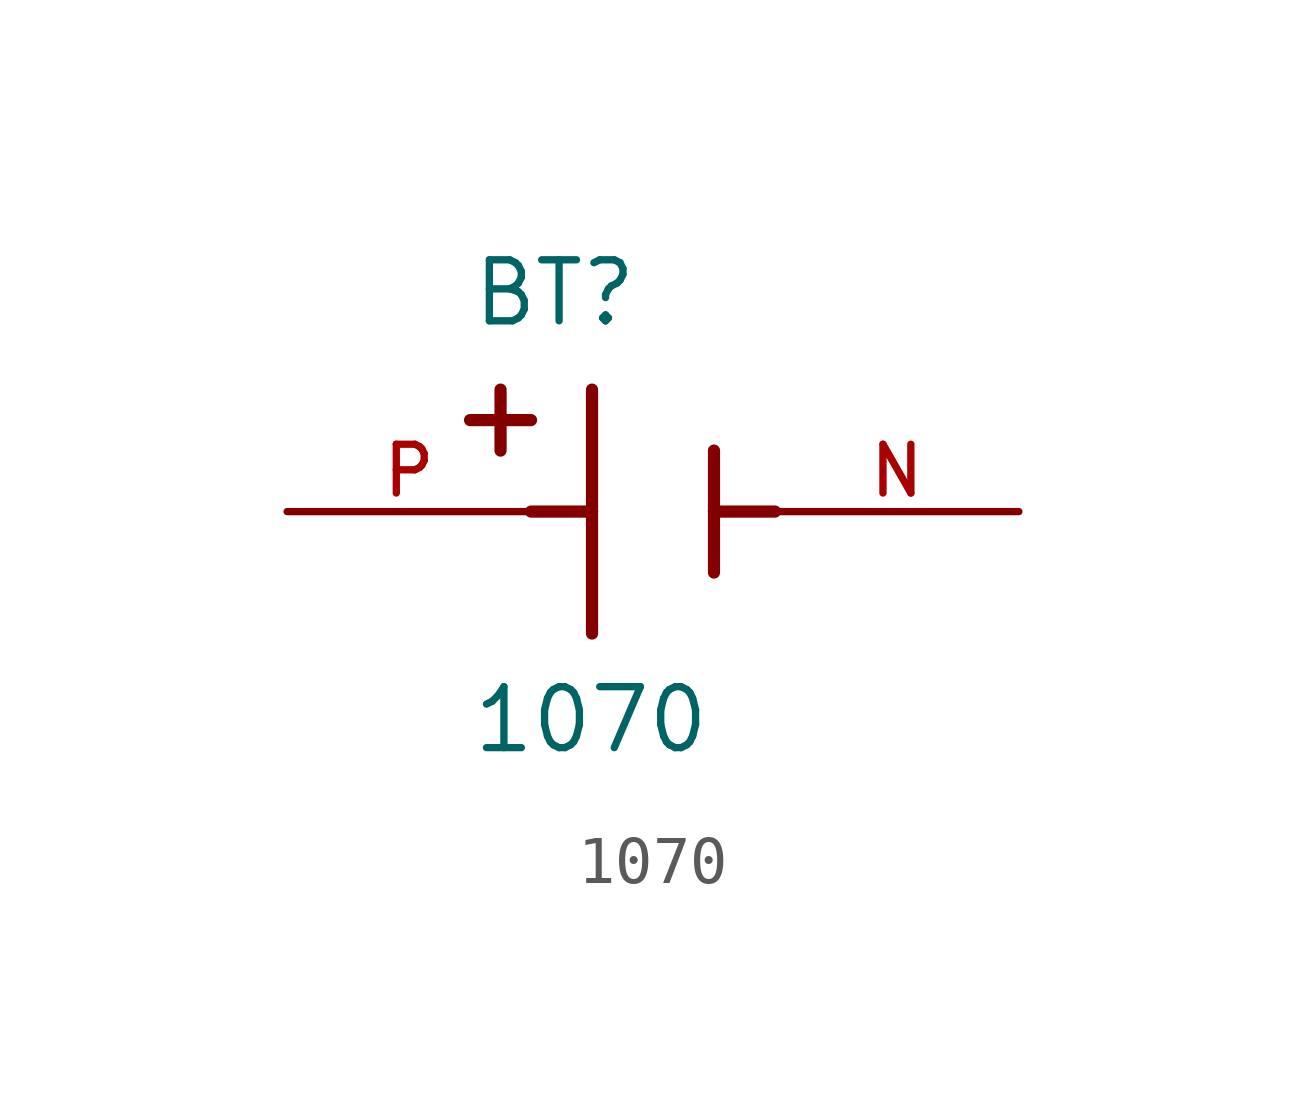
<source format=kicad_sym>
(kicad_symbol_lib
  (version 20211014)
  (generator kicad_symbol_editor)
  (symbol "1070"
    (pin_names
      (offset 1.016))
    (property "Reference" "BT"
      (at -3.81 3.81 0)
      (effects (font (size 1.27 1.27)) (justify bottom left)))
    (property "Value" "1070"
      (at -3.81 -5.08 0)
      (effects (font (size 1.27 1.27)) (justify bottom left)))
    (symbol "1070_0_0"
      (polyline (pts (xy -1.27 2.54) (xy -1.27 0.0)) (stroke (width 0.254)))
      (polyline (pts (xy -1.27 0.0) (xy -1.27 -2.54)) (stroke (width 0.254)))
      (polyline (pts (xy 1.27 1.27) (xy 1.27 0.0)) (stroke (width 0.254)))
      (polyline (pts (xy 1.27 0.0) (xy 1.27 -1.27)) (stroke (width 0.254)))
      (polyline (pts (xy -1.27 0.0) (xy -2.54 0.0)) (stroke (width 0.254)))
      (polyline (pts (xy 1.27 0.0) (xy 2.54 0.0)) (stroke (width 0.254)))
      (polyline (pts (xy -3.175 2.54) (xy -3.175 1.27)) (stroke (width 0.254)))
      (polyline (pts (xy -3.81 1.905) (xy -2.54 1.905)) (stroke (width 0.254)))
      (pin passive line (at -7.62 0.0 0) (length 5.08) (name "~" (effects (font (size 1.016 1.016)))) (number "P" (effects (font (size 1.016 1.016)))))
      (pin passive line (at 7.62 0.0 180.0) (length 5.08) (name "~" (effects (font (size 1.016 1.016)))) (number "N" (effects (font (size 1.016 1.016))))))))
</source>
